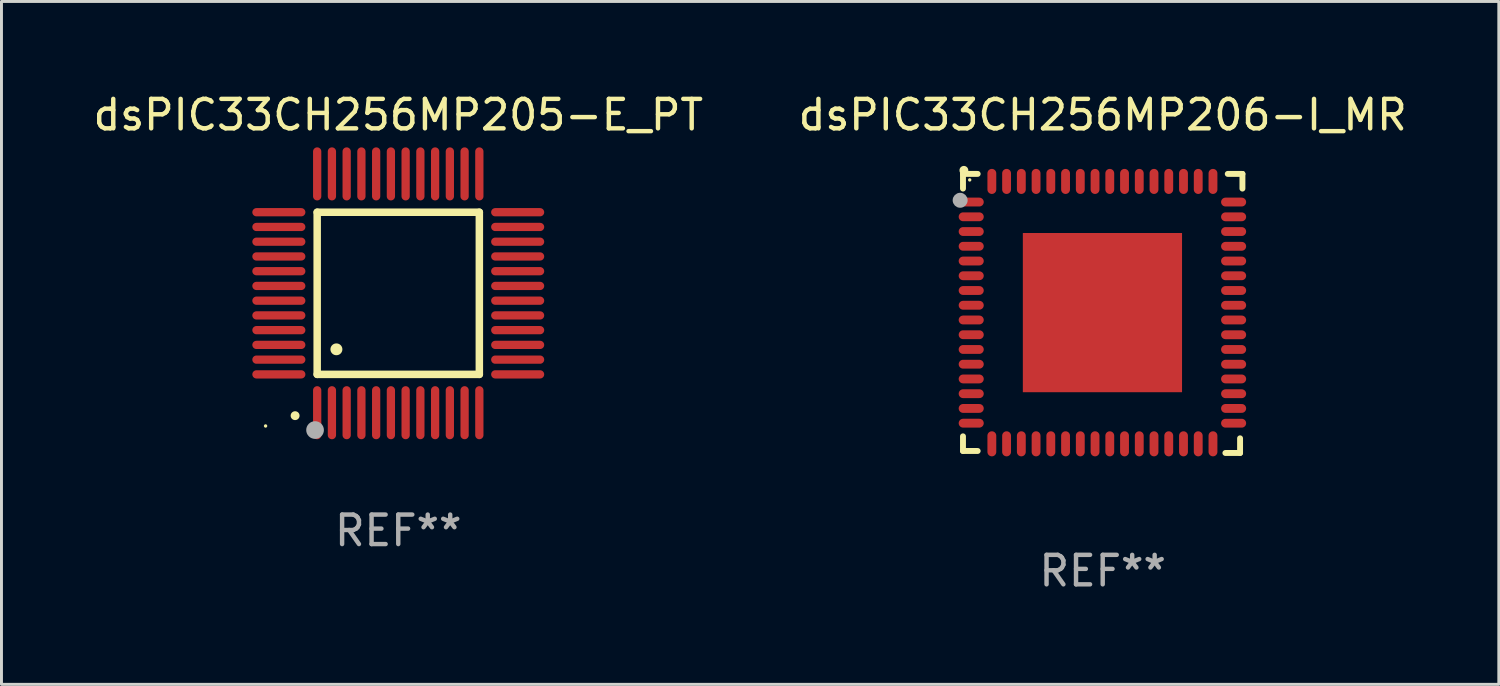
<source format=kicad_pcb>
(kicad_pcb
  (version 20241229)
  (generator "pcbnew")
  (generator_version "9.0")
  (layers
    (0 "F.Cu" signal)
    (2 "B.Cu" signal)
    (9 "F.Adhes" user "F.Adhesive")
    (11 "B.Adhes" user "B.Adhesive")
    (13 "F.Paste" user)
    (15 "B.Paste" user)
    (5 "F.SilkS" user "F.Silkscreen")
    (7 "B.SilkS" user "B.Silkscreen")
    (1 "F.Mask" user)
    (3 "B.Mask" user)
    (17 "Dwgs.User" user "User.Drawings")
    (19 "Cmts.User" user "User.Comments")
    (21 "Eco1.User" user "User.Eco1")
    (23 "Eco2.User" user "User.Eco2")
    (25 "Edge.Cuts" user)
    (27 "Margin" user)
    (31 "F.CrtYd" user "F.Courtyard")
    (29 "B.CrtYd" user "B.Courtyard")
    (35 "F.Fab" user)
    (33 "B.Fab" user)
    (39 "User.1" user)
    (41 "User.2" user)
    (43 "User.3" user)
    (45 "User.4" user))
  (footprint "dsPIC33CH256MP206-I_MR"
    (layer "F.Cu")
    (at 34.351 7.581)
    (property "Reference" "dsPIC33CH256MP206-I_MR" (at 0 -6.733 0) (layer "F.SilkS") (effects (font (size 1 1) (thickness 0.15))))
    (attr through_hole)
    (fp_line (start -4.739 -4.733) (end -4.241 -4.733) (stroke (width 0.2) (type solid)) (layer "F.SilkS"))
    (fp_line (start -4.739 -4.235) (end -4.739 -4.733) (stroke (width 0.2) (type solid)) (layer "F.SilkS"))
    (fp_line (start -4.739 4.168) (end -4.739 4.665) (stroke (width 0.2) (type solid)) (layer "F.SilkS"))
    (fp_line (start -4.739 4.665) (end -4.241 4.665) (stroke (width 0.2) (type solid)) (layer "F.SilkS"))
    (fp_line (start 4.161 4.733) (end 4.659 4.733) (stroke (width 0.2) (type solid)) (layer "F.SilkS"))
    (fp_line (start 4.241 -4.733) (end 4.739 -4.733) (stroke (width 0.2) (type solid)) (layer "F.SilkS"))
    (fp_line (start 4.659 4.733) (end 4.659 4.235) (stroke (width 0.2) (type solid)) (layer "F.SilkS"))
    (fp_line (start 4.739 -4.733) (end 4.739 -4.235) (stroke (width 0.2) (type solid)) (layer "F.SilkS"))
    (fp_arc (start -4.708623 -4.85108) (mid -4.708628 -4.85235) (end -4.708623 -4.85362) (stroke (width 0.3) (type solid)) (layer "F.SilkS"))
    (fp_circle (center -4.511 -4.529) (end -4.481 -4.529) (stroke (width 0.06) (type solid)) (fill no) (layer "F.SilkS"))
    (fp_circle (center -4.835 -3.838) (end -4.708 -3.838) (stroke (width 0.254) (type solid)) (fill no) (layer "F.Fab"))
    (fp_text user "REF**" (at 0 8.733 0) (layer "F.Fab") (effects (font (size 1 1) (thickness 0.15))))
    (pad "1" smd oval (at -4.46 -3.778) (size 0.85 0.3) (layers "F.Cu" "F.Mask" "F.Paste"))
    (pad "2" smd oval (at -4.46 -3.278) (size 0.85 0.3) (layers "F.Cu" "F.Mask" "F.Paste"))
    (pad "3" smd oval (at -4.46 -2.778) (size 0.85 0.3) (layers "F.Cu" "F.Mask" "F.Paste"))
    (pad "4" smd oval (at -4.46 -2.278) (size 0.85 0.3) (layers "F.Cu" "F.Mask" "F.Paste"))
    (pad "5" smd oval (at -4.46 -1.778) (size 0.85 0.3) (layers "F.Cu" "F.Mask" "F.Paste"))
    (pad "6" smd oval (at -4.46 -1.278) (size 0.85 0.3) (layers "F.Cu" "F.Mask" "F.Paste"))
    (pad "7" smd oval (at -4.46 -0.778) (size 0.85 0.3) (layers "F.Cu" "F.Mask" "F.Paste"))
    (pad "8" smd oval (at -4.46 -0.278) (size 0.85 0.3) (layers "F.Cu" "F.Mask" "F.Paste"))
    (pad "9" smd oval (at -4.46 0.222) (size 0.85 0.3) (layers "F.Cu" "F.Mask" "F.Paste"))
    (pad "10" smd oval (at -4.46 0.722) (size 0.85 0.3) (layers "F.Cu" "F.Mask" "F.Paste"))
    (pad "11" smd oval (at -4.46 1.222) (size 0.85 0.3) (layers "F.Cu" "F.Mask" "F.Paste"))
    (pad "12" smd oval (at -4.46 1.722) (size 0.85 0.3) (layers "F.Cu" "F.Mask" "F.Paste"))
    (pad "13" smd oval (at -4.46 2.222) (size 0.85 0.3) (layers "F.Cu" "F.Mask" "F.Paste"))
    (pad "14" smd oval (at -4.46 2.722) (size 0.85 0.3) (layers "F.Cu" "F.Mask" "F.Paste"))
    (pad "15" smd oval (at -4.46 3.222) (size 0.85 0.3) (layers "F.Cu" "F.Mask" "F.Paste"))
    (pad "16" smd oval (at -4.46 3.722) (size 0.85 0.3) (layers "F.Cu" "F.Mask" "F.Paste"))
    (pad "17" smd oval (at -3.76 4.422) (size 0.3 0.85) (layers "F.Cu" "F.Mask" "F.Paste"))
    (pad "18" smd oval (at -3.26 4.422) (size 0.3 0.85) (layers "F.Cu" "F.Mask" "F.Paste"))
    (pad "19" smd oval (at -2.76 4.422) (size 0.3 0.85) (layers "F.Cu" "F.Mask" "F.Paste"))
    (pad "20" smd oval (at -2.26 4.422) (size 0.3 0.85) (layers "F.Cu" "F.Mask" "F.Paste"))
    (pad "21" smd oval (at -1.76 4.422) (size 0.3 0.85) (layers "F.Cu" "F.Mask" "F.Paste"))
    (pad "22" smd oval (at -1.26 4.422) (size 0.3 0.85) (layers "F.Cu" "F.Mask" "F.Paste"))
    (pad "23" smd oval (at -0.76 4.422) (size 0.3 0.85) (layers "F.Cu" "F.Mask" "F.Paste"))
    (pad "24" smd oval (at -0.26 4.422) (size 0.3 0.85) (layers "F.Cu" "F.Mask" "F.Paste"))
    (pad "25" smd oval (at 0.24 4.422) (size 0.3 0.85) (layers "F.Cu" "F.Mask" "F.Paste"))
    (pad "26" smd oval (at 0.74 4.422) (size 0.3 0.85) (layers "F.Cu" "F.Mask" "F.Paste"))
    (pad "27" smd oval (at 1.24 4.422) (size 0.3 0.85) (layers "F.Cu" "F.Mask" "F.Paste"))
    (pad "28" smd oval (at 1.74 4.422) (size 0.3 0.85) (layers "F.Cu" "F.Mask" "F.Paste"))
    (pad "29" smd oval (at 2.24 4.422) (size 0.3 0.85) (layers "F.Cu" "F.Mask" "F.Paste"))
    (pad "30" smd oval (at 2.74 4.422) (size 0.3 0.85) (layers "F.Cu" "F.Mask" "F.Paste"))
    (pad "31" smd oval (at 3.24 4.422) (size 0.3 0.85) (layers "F.Cu" "F.Mask" "F.Paste"))
    (pad "32" smd oval (at 3.74 4.422) (size 0.3 0.85) (layers "F.Cu" "F.Mask" "F.Paste"))
    (pad "33" smd oval (at 4.44 3.723) (size 0.85 0.3) (layers "F.Cu" "F.Mask" "F.Paste"))
    (pad "34" smd oval (at 4.44 3.222) (size 0.85 0.3) (layers "F.Cu" "F.Mask" "F.Paste"))
    (pad "35" smd oval (at 4.44 2.723) (size 0.85 0.3) (layers "F.Cu" "F.Mask" "F.Paste"))
    (pad "36" smd oval (at 4.44 2.222) (size 0.85 0.3) (layers "F.Cu" "F.Mask" "F.Paste"))
    (pad "37" smd oval (at 4.44 1.723) (size 0.85 0.3) (layers "F.Cu" "F.Mask" "F.Paste"))
    (pad "38" smd oval (at 4.44 1.222) (size 0.85 0.3) (layers "F.Cu" "F.Mask" "F.Paste"))
    (pad "39" smd oval (at 4.44 0.723) (size 0.85 0.3) (layers "F.Cu" "F.Mask" "F.Paste"))
    (pad "40" smd oval (at 4.44 0.222) (size 0.85 0.3) (layers "F.Cu" "F.Mask" "F.Paste"))
    (pad "41" smd oval (at 4.44 -0.277) (size 0.85 0.3) (layers "F.Cu" "F.Mask" "F.Paste"))
    (pad "42" smd oval (at 4.44 -0.778) (size 0.85 0.3) (layers "F.Cu" "F.Mask" "F.Paste"))
    (pad "43" smd oval (at 4.44 -1.277) (size 0.85 0.3) (layers "F.Cu" "F.Mask" "F.Paste"))
    (pad "44" smd oval (at 4.44 -1.778) (size 0.85 0.3) (layers "F.Cu" "F.Mask" "F.Paste"))
    (pad "45" smd oval (at 4.44 -2.277) (size 0.85 0.3) (layers "F.Cu" "F.Mask" "F.Paste"))
    (pad "46" smd oval (at 4.44 -2.778) (size 0.85 0.3) (layers "F.Cu" "F.Mask" "F.Paste"))
    (pad "47" smd oval (at 4.44 -3.277) (size 0.85 0.3) (layers "F.Cu" "F.Mask" "F.Paste"))
    (pad "48" smd oval (at 4.44 -3.778) (size 0.85 0.3) (layers "F.Cu" "F.Mask" "F.Paste"))
    (pad "49" smd oval (at 3.74 -4.478) (size 0.3 0.85) (layers "F.Cu" "F.Mask" "F.Paste"))
    (pad "50" smd oval (at 3.24 -4.478) (size 0.3 0.85) (layers "F.Cu" "F.Mask" "F.Paste"))
    (pad "51" smd oval (at 2.74 -4.478) (size 0.3 0.85) (layers "F.Cu" "F.Mask" "F.Paste"))
    (pad "52" smd oval (at 2.24 -4.478) (size 0.3 0.85) (layers "F.Cu" "F.Mask" "F.Paste"))
    (pad "53" smd oval (at 1.74 -4.478) (size 0.3 0.85) (layers "F.Cu" "F.Mask" "F.Paste"))
    (pad "54" smd oval (at 1.24 -4.478) (size 0.3 0.85) (layers "F.Cu" "F.Mask" "F.Paste"))
    (pad "55" smd oval (at 0.74 -4.478) (size 0.3 0.85) (layers "F.Cu" "F.Mask" "F.Paste"))
    (pad "56" smd oval (at 0.24 -4.478) (size 0.3 0.85) (layers "F.Cu" "F.Mask" "F.Paste"))
    (pad "57" smd oval (at -0.26 -4.478) (size 0.3 0.85) (layers "F.Cu" "F.Mask" "F.Paste"))
    (pad "58" smd oval (at -0.76 -4.478) (size 0.3 0.85) (layers "F.Cu" "F.Mask" "F.Paste"))
    (pad "59" smd oval (at -1.26 -4.478) (size 0.3 0.85) (layers "F.Cu" "F.Mask" "F.Paste"))
    (pad "60" smd oval (at -1.76 -4.478) (size 0.3 0.85) (layers "F.Cu" "F.Mask" "F.Paste"))
    (pad "61" smd oval (at -2.26 -4.478) (size 0.3 0.85) (layers "F.Cu" "F.Mask" "F.Paste"))
    (pad "62" smd oval (at -2.76 -4.478) (size 0.3 0.85) (layers "F.Cu" "F.Mask" "F.Paste"))
    (pad "63" smd oval (at -3.26 -4.478) (size 0.3 0.85) (layers "F.Cu" "F.Mask" "F.Paste"))
    (pad "64" smd oval (at -3.76 -4.478) (size 0.3 0.85) (layers "F.Cu" "F.Mask" "F.Paste"))
    (pad "65" smd rect (at -0.009 -0.028 90) (size 5.4 5.4) (layers "F.Cu" "F.Mask" "F.Paste")))
  (footprint "dsPIC33CH256MP205-E_PT"
    (layer "F.Cu")
    (at 10.458 6.898)
    (property "Reference" "dsPIC33CH256MP205-E_PT" (at 0 -6.05 0) (layer "F.SilkS") (effects (font (size 1 1) (thickness 0.15))))
    (attr through_hole)
    (fp_line (start -2.75 -2.75) (end 2.75 -2.75) (stroke (width 0.254) (type solid)) (layer "F.SilkS"))
    (fp_line (start -2.75 2.75) (end -2.75 -2.75) (stroke (width 0.254) (type solid)) (layer "F.SilkS"))
    (fp_line (start 2.75 -2.75) (end 2.75 2.75) (stroke (width 0.254) (type solid)) (layer "F.SilkS"))
    (fp_line (start 2.75 2.75) (end -2.75 2.75) (stroke (width 0.254) (type solid)) (layer "F.SilkS"))
    (fp_arc (start -3.500127 4.150368) (mid -3.498857 4.150363) (end -3.497587 4.150368) (stroke (width 0.3) (type solid)) (layer "F.SilkS"))
    (fp_arc (start -2.100584 1.899924) (mid -2.098044 1.899908) (end -2.095504 1.899924) (stroke (width 0.4) (type solid)) (layer "F.SilkS"))
    (fp_circle (center -4.5 4.5) (end -4.47 4.5) (stroke (width 0.06) (type solid)) (fill no) (layer "F.SilkS"))
    (fp_circle (center -2.822 4.638) (end -2.672 4.638) (stroke (width 0.3) (type solid)) (fill no) (layer "F.Fab"))
    (fp_text user "REF**" (at 0 8.05 0) (layer "F.Fab") (effects (font (size 1 1) (thickness 0.15))))
    (pad "1" smd oval (at -2.75 4.05) (size 0.28 1.8) (layers "F.Cu" "F.Mask" "F.Paste"))
    (pad "2" smd oval (at -2.25 4.05) (size 0.28 1.8) (layers "F.Cu" "F.Mask" "F.Paste"))
    (pad "3" smd oval (at -1.75 4.05) (size 0.28 1.8) (layers "F.Cu" "F.Mask" "F.Paste"))
    (pad "4" smd oval (at -1.25 4.05) (size 0.28 1.8) (layers "F.Cu" "F.Mask" "F.Paste"))
    (pad "5" smd oval (at -0.75 4.05) (size 0.28 1.8) (layers "F.Cu" "F.Mask" "F.Paste"))
    (pad "6" smd oval (at -0.25 4.05) (size 0.28 1.8) (layers "F.Cu" "F.Mask" "F.Paste"))
    (pad "7" smd oval (at 0.25 4.05) (size 0.28 1.8) (layers "F.Cu" "F.Mask" "F.Paste"))
    (pad "8" smd oval (at 0.75 4.05) (size 0.28 1.8) (layers "F.Cu" "F.Mask" "F.Paste"))
    (pad "9" smd oval (at 1.25 4.05) (size 0.28 1.8) (layers "F.Cu" "F.Mask" "F.Paste"))
    (pad "10" smd oval (at 1.75 4.05) (size 0.28 1.8) (layers "F.Cu" "F.Mask" "F.Paste"))
    (pad "11" smd oval (at 2.25 4.05) (size 0.28 1.8) (layers "F.Cu" "F.Mask" "F.Paste"))
    (pad "12" smd oval (at 2.75 4.05) (size 0.28 1.8) (layers "F.Cu" "F.Mask" "F.Paste"))
    (pad "13" smd oval (at 4.05 2.75) (size 1.8 0.28) (layers "F.Cu" "F.Mask" "F.Paste"))
    (pad "14" smd oval (at 4.05 2.25) (size 1.8 0.28) (layers "F.Cu" "F.Mask" "F.Paste"))
    (pad "15" smd oval (at 4.05 1.75) (size 1.8 0.28) (layers "F.Cu" "F.Mask" "F.Paste"))
    (pad "16" smd oval (at 4.05 1.25) (size 1.8 0.28) (layers "F.Cu" "F.Mask" "F.Paste"))
    (pad "17" smd oval (at 4.05 0.75) (size 1.8 0.28) (layers "F.Cu" "F.Mask" "F.Paste"))
    (pad "18" smd oval (at 4.05 0.25) (size 1.8 0.28) (layers "F.Cu" "F.Mask" "F.Paste"))
    (pad "19" smd oval (at 4.05 -0.25) (size 1.8 0.28) (layers "F.Cu" "F.Mask" "F.Paste"))
    (pad "20" smd oval (at 4.05 -0.75) (size 1.8 0.28) (layers "F.Cu" "F.Mask" "F.Paste"))
    (pad "21" smd oval (at 4.05 -1.25) (size 1.8 0.28) (layers "F.Cu" "F.Mask" "F.Paste"))
    (pad "22" smd oval (at 4.05 -1.75) (size 1.8 0.28) (layers "F.Cu" "F.Mask" "F.Paste"))
    (pad "23" smd oval (at 4.05 -2.25) (size 1.8 0.28) (layers "F.Cu" "F.Mask" "F.Paste"))
    (pad "24" smd oval (at 4.05 -2.75) (size 1.8 0.28) (layers "F.Cu" "F.Mask" "F.Paste"))
    (pad "25" smd oval (at 2.75 -4.05) (size 0.28 1.8) (layers "F.Cu" "F.Mask" "F.Paste"))
    (pad "26" smd oval (at 2.25 -4.05) (size 0.28 1.8) (layers "F.Cu" "F.Mask" "F.Paste"))
    (pad "27" smd oval (at 1.75 -4.05) (size 0.28 1.8) (layers "F.Cu" "F.Mask" "F.Paste"))
    (pad "28" smd oval (at 1.25 -4.05) (size 0.28 1.8) (layers "F.Cu" "F.Mask" "F.Paste"))
    (pad "29" smd oval (at 0.75 -4.05) (size 0.28 1.8) (layers "F.Cu" "F.Mask" "F.Paste"))
    (pad "30" smd oval (at 0.25 -4.05) (size 0.28 1.8) (layers "F.Cu" "F.Mask" "F.Paste"))
    (pad "31" smd oval (at -0.25 -4.05) (size 0.28 1.8) (layers "F.Cu" "F.Mask" "F.Paste"))
    (pad "32" smd oval (at -0.75 -4.05) (size 0.28 1.8) (layers "F.Cu" "F.Mask" "F.Paste"))
    (pad "33" smd oval (at -1.25 -4.05) (size 0.28 1.8) (layers "F.Cu" "F.Mask" "F.Paste"))
    (pad "34" smd oval (at -1.75 -4.05) (size 0.28 1.8) (layers "F.Cu" "F.Mask" "F.Paste"))
    (pad "35" smd oval (at -2.25 -4.05) (size 0.28 1.8) (layers "F.Cu" "F.Mask" "F.Paste"))
    (pad "36" smd oval (at -2.75 -4.05) (size 0.28 1.8) (layers "F.Cu" "F.Mask" "F.Paste"))
    (pad "37" smd oval (at -4.05 -2.75) (size 1.8 0.28) (layers "F.Cu" "F.Mask" "F.Paste"))
    (pad "38" smd oval (at -4.05 -2.25) (size 1.8 0.28) (layers "F.Cu" "F.Mask" "F.Paste"))
    (pad "39" smd oval (at -4.05 -1.75) (size 1.8 0.28) (layers "F.Cu" "F.Mask" "F.Paste"))
    (pad "40" smd oval (at -4.05 -1.25) (size 1.8 0.28) (layers "F.Cu" "F.Mask" "F.Paste"))
    (pad "41" smd oval (at -4.05 -0.75) (size 1.8 0.28) (layers "F.Cu" "F.Mask" "F.Paste"))
    (pad "42" smd oval (at -4.05 -0.25) (size 1.8 0.28) (layers "F.Cu" "F.Mask" "F.Paste"))
    (pad "43" smd oval (at -4.05 0.25) (size 1.8 0.28) (layers "F.Cu" "F.Mask" "F.Paste"))
    (pad "44" smd oval (at -4.05 0.75) (size 1.8 0.28) (layers "F.Cu" "F.Mask" "F.Paste"))
    (pad "45" smd oval (at -4.05 1.25) (size 1.8 0.28) (layers "F.Cu" "F.Mask" "F.Paste"))
    (pad "46" smd oval (at -4.05 1.75) (size 1.8 0.28) (layers "F.Cu" "F.Mask" "F.Paste"))
    (pad "47" smd oval (at -4.05 2.25) (size 1.8 0.28) (layers "F.Cu" "F.Mask" "F.Paste"))
    (pad "48" smd oval (at -4.05 2.75) (size 1.8 0.28) (layers "F.Cu" "F.Mask" "F.Paste")))
  (gr_rect
    (start -3 -3)
    (end 47.786 20.162)
    (stroke (width 0.1) (type default))
    (fill no)
    (layer "Edge.Cuts")))
</source>
